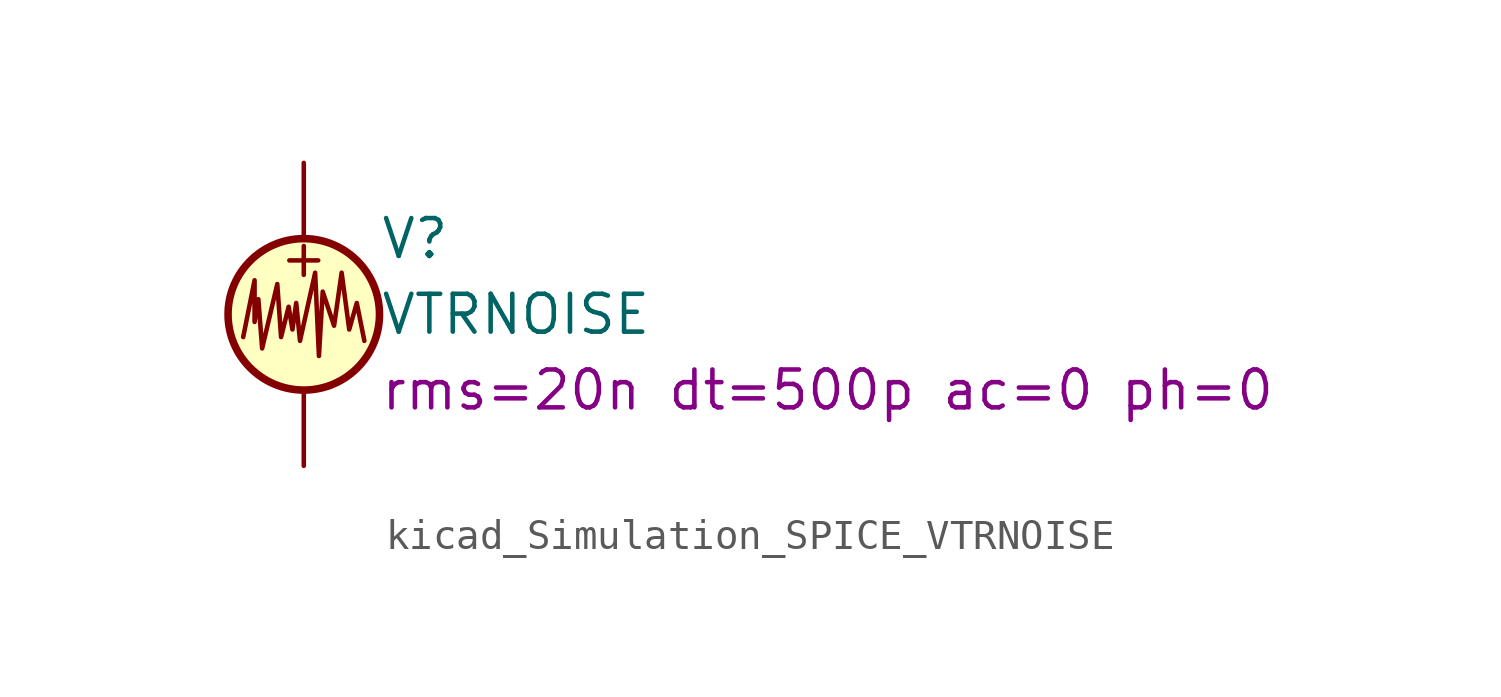
<source format=kicad_sym>
(kicad_symbol_lib
  (version 20220914)
  (generator kicad_symbol_editor)
  (symbol "kicad_Simulation_SPICE_VTRNOISE"
    (pin_numbers hide)
    (pin_names
      (offset 0.025))
    (property "Reference" "V"
      (at 2.54 2.54 0)
      (effects (font (size 1.27 1.27)) (justify left)))
    (property "Value" "VTRNOISE"
      (at 2.54 0 0)
      (effects (font (size 1.27 1.27)) (justify left)))
    (property "Sim.Params" "rms=20n dt=500p ac=0 ph=0"
      (at 2.54 -2.54 0)
      (effects (font (size 1.27 1.27)) (justify left)))
    (symbol "kicad_Simulation_SPICE_VTRNOISE_0_0"
      (text "+" (at 0 1.905 0) (effects (font (size 1.27 1.27)))))
    (symbol "kicad_Simulation_SPICE_VTRNOISE_0_1"
      (polyline (pts (xy -2.032 -0.762) (xy -1.651 1.143) (xy -1.651 -0.254) (xy -1.524 0.508) (xy -1.397 -1.143) (xy -0.889 1.016) (xy -0.762 -0.762) (xy -0.508 0.254) (xy -0.381 -0.508) (xy -0.254 0.381) (xy -0.127 -0.889) (xy 0.381 1.397) (xy 0.508 -1.397) (xy 0.635 0.762) (xy 1.016 -0.381) (xy 1.27 1.397) (xy 1.524 -0.508) (xy 1.778 0.381) (xy 2.032 -0.889)) (stroke (width 0) (type default)) (fill (type none)))
      (circle (center 0 0) (radius 2.54) (stroke (width 0.254) (type default)) (fill (type background))))
    (symbol "kicad_Simulation_SPICE_VTRNOISE_1_1"
      (pin passive line (at 0 5.08 270) (length 2.54) (name "~" (effects (font (size 1.27 1.27)))) (number "1" (effects (font (size 1.27 1.27)))))
      (pin passive line (at 0 -5.08 90) (length 2.54) (name "~" (effects (font (size 1.27 1.27)))) (number "2" (effects (font (size 1.27 1.27))))))))
</source>
